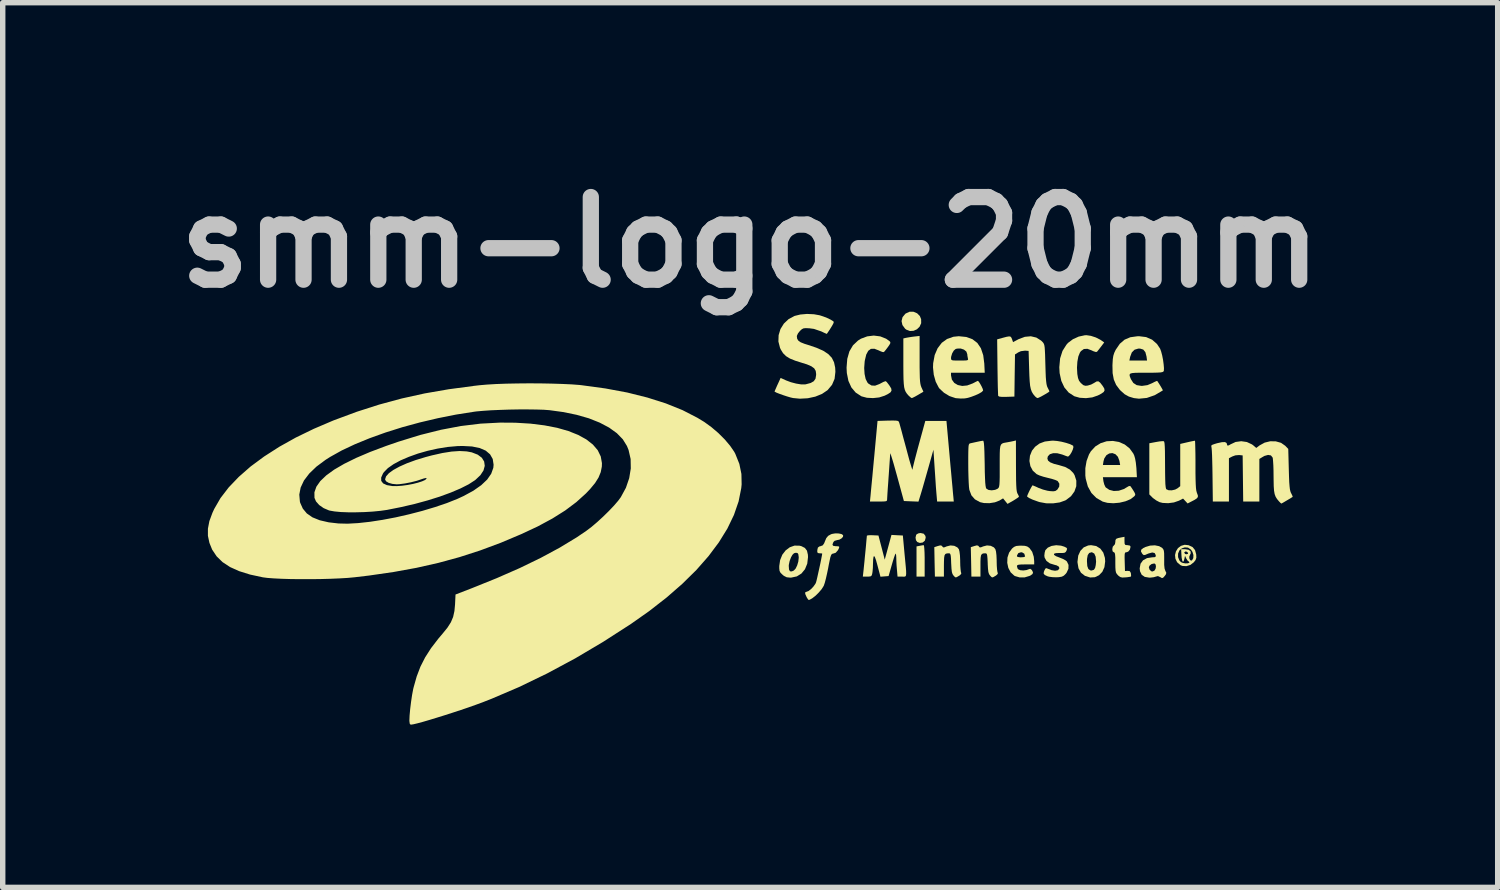
<source format=kicad_pcb>
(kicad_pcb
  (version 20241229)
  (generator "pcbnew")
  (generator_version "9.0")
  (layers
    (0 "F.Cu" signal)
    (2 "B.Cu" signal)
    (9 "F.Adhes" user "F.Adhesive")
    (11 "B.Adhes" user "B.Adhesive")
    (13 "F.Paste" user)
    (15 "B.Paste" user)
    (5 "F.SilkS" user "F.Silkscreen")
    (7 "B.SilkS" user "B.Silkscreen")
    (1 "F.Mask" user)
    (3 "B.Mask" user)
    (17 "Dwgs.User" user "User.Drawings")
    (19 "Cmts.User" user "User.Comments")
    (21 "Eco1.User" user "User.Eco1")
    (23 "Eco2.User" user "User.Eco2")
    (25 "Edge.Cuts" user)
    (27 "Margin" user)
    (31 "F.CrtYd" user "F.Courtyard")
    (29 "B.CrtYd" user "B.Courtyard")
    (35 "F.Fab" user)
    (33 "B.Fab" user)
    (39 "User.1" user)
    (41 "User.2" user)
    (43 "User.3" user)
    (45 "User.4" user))
  (footprint "smm-logo-20mm"
    (layer "F.Cu")
    (at 10.784 6.498)
    (property "Reference" "smm-logo-20mm" (at 0 -5.08 0) (layer "Dwgs.User") (effects (font (size 1.524 1.524) (thickness 0.3))))
    (attr board_only exclude_from_pos_files exclude_from_bom)
    (fp_poly (pts (xy 3.206 0.523) (xy 3.211 0.571) (xy 3.215 0.645) (xy 3.217 0.736) (xy 3.217 0.795) (xy 3.217 1.085) (xy 3.067 1.085) (xy 3.067 0.528) (xy 3.126 0.517) (xy 3.172 0.508) (xy 3.201 0.505) (xy 3.201 0.505)) (stroke (width 0) (type solid)) (fill yes) (layer "F.SilkS"))
    (fp_poly (pts (xy 3.2 0.294) (xy 3.231 0.334) (xy 3.236 0.367) (xy 3.221 0.422) (xy 3.181 0.456) (xy 3.128 0.464) (xy 3.081 0.447) (xy 3.057 0.414) (xy 3.049 0.365) (xy 3.06 0.318) (xy 3.071 0.303) (xy 3.106 0.286) (xy 3.142 0.281)) (stroke (width 0) (type solid)) (fill yes) (layer "F.SilkS"))
    (fp_poly (pts (xy 3.078 -3.771) (xy 3.129 -3.719) (xy 3.152 -3.662) (xy 3.153 -3.588) (xy 3.124 -3.524) (xy 3.075 -3.476) (xy 3.013 -3.448) (xy 2.945 -3.444) (xy 2.879 -3.469) (xy 2.856 -3.487) (xy 2.807 -3.554) (xy 2.791 -3.627) (xy 2.809 -3.699) (xy 2.86 -3.761) (xy 2.868 -3.767) (xy 2.938 -3.799) (xy 3.011 -3.799)) (stroke (width 0) (type solid)) (fill yes) (layer "F.SilkS"))
    (fp_poly (pts (xy 3.124 -2.916) (xy 3.124 -2.773) (xy 3.126 -2.663) (xy 3.128 -2.579) (xy 3.132 -2.517) (xy 3.138 -2.472) (xy 3.146 -2.437) (xy 3.156 -2.408) (xy 3.159 -2.402) (xy 3.194 -2.325) (xy 3.095 -2.266) (xy 3.04 -2.235) (xy 2.998 -2.214) (xy 2.979 -2.207) (xy 2.957 -2.22) (xy 2.923 -2.251) (xy 2.915 -2.259) (xy 2.888 -2.291) (xy 2.867 -2.323) (xy 2.851 -2.36) (xy 2.839 -2.408) (xy 2.832 -2.47) (xy 2.827 -2.554) (xy 2.825 -2.662) (xy 2.824 -2.801) (xy 2.824 -2.861) (xy 2.824 -3.307) (xy 2.867 -3.317) (xy 2.91 -3.325) (xy 2.972 -3.335) (xy 3.017 -3.341) (xy 3.124 -3.353)) (stroke (width 0) (type solid)) (fill yes) (layer "F.SilkS"))
    (fp_poly (pts (xy 6.38 0.521) (xy 6.456 0.568) (xy 6.511 0.642) (xy 6.541 0.739) (xy 6.546 0.804) (xy 6.532 0.911) (xy 6.493 0.997) (xy 6.432 1.06) (xy 6.356 1.096) (xy 6.269 1.101) (xy 6.176 1.072) (xy 6.173 1.071) (xy 6.1 1.014) (xy 6.054 0.932) (xy 6.036 0.826) (xy 6.035 0.807) (xy 6.036 0.804) (xy 6.21 0.804) (xy 6.216 0.891) (xy 6.236 0.945) (xy 6.272 0.97) (xy 6.295 0.973) (xy 6.338 0.959) (xy 6.36 0.925) (xy 6.372 0.873) (xy 6.378 0.811) (xy 6.378 0.804) (xy 6.37 0.716) (xy 6.345 0.66) (xy 6.304 0.637) (xy 6.295 0.636) (xy 6.251 0.649) (xy 6.224 0.689) (xy 6.211 0.759) (xy 6.21 0.804) (xy 6.036 0.804) (xy 6.049 0.698) (xy 6.089 0.61) (xy 6.15 0.546) (xy 6.231 0.511) (xy 6.285 0.505)) (stroke (width 0) (type solid)) (fill yes) (layer "F.SilkS"))
    (fp_poly (pts (xy 0.91 0.515) (xy 0.943 0.523) (xy 1.008 0.556) (xy 1.047 0.607) (xy 1.064 0.682) (xy 1.066 0.725) (xy 1.052 0.846) (xy 1.01 0.949) (xy 0.945 1.028) (xy 0.86 1.081) (xy 0.758 1.103) (xy 0.74 1.104) (xy 0.673 1.097) (xy 0.621 1.071) (xy 0.595 1.049) (xy 0.559 1.014) (xy 0.541 0.979) (xy 0.536 0.931) (xy 0.536 0.892) (xy 0.536 0.889) (xy 0.711 0.889) (xy 0.716 0.955) (xy 0.733 0.987) (xy 0.767 0.989) (xy 0.804 0.973) (xy 0.837 0.938) (xy 0.866 0.879) (xy 0.887 0.808) (xy 0.895 0.737) (xy 0.894 0.719) (xy 0.887 0.671) (xy 0.872 0.65) (xy 0.842 0.645) (xy 0.808 0.654) (xy 0.779 0.683) (xy 0.753 0.729) (xy 0.727 0.797) (xy 0.712 0.869) (xy 0.711 0.889) (xy 0.536 0.889) (xy 0.552 0.78) (xy 0.592 0.681) (xy 0.654 0.601) (xy 0.73 0.544) (xy 0.817 0.513)) (stroke (width 0) (type solid)) (fill yes) (layer "F.SilkS"))
    (fp_poly (pts (xy 3.531 0.515) (xy 3.542 0.528) (xy 3.558 0.546) (xy 3.581 0.545) (xy 3.622 0.528) (xy 3.693 0.51) (xy 3.763 0.517) (xy 3.82 0.546) (xy 3.848 0.58) (xy 3.859 0.623) (xy 3.868 0.693) (xy 3.872 0.782) (xy 3.872 0.804) (xy 3.874 0.885) (xy 3.879 0.952) (xy 3.885 0.998) (xy 3.889 1.009) (xy 3.892 1.034) (xy 3.865 1.061) (xy 3.851 1.07) (xy 3.81 1.094) (xy 3.788 1.1) (xy 3.768 1.086) (xy 3.748 1.064) (xy 3.731 1.038) (xy 3.719 1) (xy 3.712 0.941) (xy 3.707 0.855) (xy 3.706 0.84) (xy 3.703 0.755) (xy 3.698 0.7) (xy 3.69 0.67) (xy 3.679 0.657) (xy 3.666 0.655) (xy 3.627 0.657) (xy 3.6 0.667) (xy 3.584 0.692) (xy 3.576 0.738) (xy 3.573 0.811) (xy 3.572 0.881) (xy 3.572 1.085) (xy 3.406 1.085) (xy 3.4 0.813) (xy 3.395 0.542) (xy 3.459 0.521) (xy 3.505 0.509)) (stroke (width 0) (type solid)) (fill yes) (layer "F.SilkS"))
    (fp_poly (pts (xy 4.204 0.515) (xy 4.216 0.528) (xy 4.232 0.546) (xy 4.255 0.545) (xy 4.296 0.528) (xy 4.366 0.51) (xy 4.436 0.517) (xy 4.494 0.546) (xy 4.521 0.58) (xy 4.533 0.623) (xy 4.541 0.693) (xy 4.545 0.782) (xy 4.545 0.804) (xy 4.547 0.885) (xy 4.552 0.952) (xy 4.559 0.998) (xy 4.563 1.009) (xy 4.566 1.034) (xy 4.538 1.061) (xy 4.525 1.07) (xy 4.484 1.094) (xy 4.461 1.1) (xy 4.442 1.086) (xy 4.422 1.064) (xy 4.404 1.038) (xy 4.392 1) (xy 4.385 0.941) (xy 4.38 0.855) (xy 4.38 0.84) (xy 4.376 0.755) (xy 4.371 0.7) (xy 4.364 0.67) (xy 4.352 0.657) (xy 4.339 0.655) (xy 4.3 0.657) (xy 4.274 0.667) (xy 4.257 0.692) (xy 4.249 0.738) (xy 4.246 0.811) (xy 4.246 0.881) (xy 4.246 1.085) (xy 4.079 1.085) (xy 4.074 0.813) (xy 4.068 0.542) (xy 4.133 0.521) (xy 4.179 0.509)) (stroke (width 0) (type solid)) (fill yes) (layer "F.SilkS"))
    (fp_poly (pts (xy 6.902 0.428) (xy 6.904 0.477) (xy 6.915 0.499) (xy 6.944 0.505) (xy 6.958 0.505) (xy 7.002 0.513) (xy 7.014 0.534) (xy 7.002 0.586) (xy 6.971 0.624) (xy 6.938 0.636) (xy 6.92 0.638) (xy 6.91 0.651) (xy 6.905 0.679) (xy 6.904 0.732) (xy 6.906 0.809) (xy 6.911 0.982) (xy 6.961 0.979) (xy 6.999 0.984) (xy 7.017 1.013) (xy 7.02 1.025) (xy 7.024 1.065) (xy 7.022 1.083) (xy 7.001 1.089) (xy 6.955 1.096) (xy 6.922 1.099) (xy 6.862 1.102) (xy 6.824 1.093) (xy 6.79 1.068) (xy 6.782 1.06) (xy 6.76 1.035) (xy 6.746 1.01) (xy 6.738 0.973) (xy 6.734 0.918) (xy 6.733 0.836) (xy 6.733 0.824) (xy 6.733 0.736) (xy 6.729 0.68) (xy 6.722 0.649) (xy 6.711 0.637) (xy 6.705 0.636) (xy 6.683 0.619) (xy 6.677 0.579) (xy 6.686 0.533) (xy 6.705 0.512) (xy 6.726 0.487) (xy 6.733 0.448) (xy 6.736 0.41) (xy 6.75 0.388) (xy 6.785 0.374) (xy 6.832 0.364) (xy 6.902 0.351)) (stroke (width 0) (type solid)) (fill yes) (layer "F.SilkS"))
    (fp_poly (pts (xy 5.731 0.514) (xy 5.79 0.532) (xy 5.831 0.552) (xy 5.844 0.571) (xy 5.835 0.601) (xy 5.833 0.606) (xy 5.817 0.632) (xy 5.794 0.646) (xy 5.751 0.65) (xy 5.707 0.649) (xy 5.637 0.652) (xy 5.602 0.664) (xy 5.603 0.684) (xy 5.64 0.709) (xy 5.705 0.734) (xy 5.768 0.759) (xy 5.819 0.788) (xy 5.84 0.806) (xy 5.87 0.869) (xy 5.868 0.941) (xy 5.835 1.012) (xy 5.82 1.032) (xy 5.784 1.067) (xy 5.747 1.086) (xy 5.694 1.095) (xy 5.656 1.097) (xy 5.584 1.096) (xy 5.518 1.088) (xy 5.486 1.08) (xy 5.434 1.056) (xy 5.412 1.033) (xy 5.414 1.001) (xy 5.424 0.974) (xy 5.443 0.937) (xy 5.463 0.929) (xy 5.487 0.939) (xy 5.556 0.966) (xy 5.622 0.977) (xy 5.672 0.968) (xy 5.679 0.964) (xy 5.702 0.932) (xy 5.692 0.902) (xy 5.652 0.878) (xy 5.61 0.867) (xy 5.526 0.841) (xy 5.463 0.795) (xy 5.429 0.734) (xy 5.424 0.699) (xy 5.43 0.643) (xy 5.443 0.598) (xy 5.443 0.597) (xy 5.489 0.55) (xy 5.558 0.519) (xy 5.642 0.506)) (stroke (width 0) (type solid)) (fill yes) (layer "F.SilkS"))
    (fp_poly (pts (xy 2.398 -3.345) (xy 2.506 -3.302) (xy 2.567 -3.259) (xy 2.583 -3.241) (xy 2.584 -3.22) (xy 2.567 -3.188) (xy 2.539 -3.148) (xy 2.503 -3.1) (xy 2.474 -3.065) (xy 2.463 -3.055) (xy 2.439 -3.057) (xy 2.395 -3.074) (xy 2.368 -3.087) (xy 2.29 -3.117) (xy 2.226 -3.115) (xy 2.177 -3.079) (xy 2.14 -3.01) (xy 2.115 -2.906) (xy 2.111 -2.883) (xy 2.102 -2.762) (xy 2.109 -2.652) (xy 2.129 -2.559) (xy 2.163 -2.492) (xy 2.18 -2.474) (xy 2.238 -2.439) (xy 2.303 -2.436) (xy 2.38 -2.465) (xy 2.407 -2.479) (xy 2.456 -2.505) (xy 2.493 -2.518) (xy 2.503 -2.517) (xy 2.522 -2.498) (xy 2.553 -2.458) (xy 2.571 -2.433) (xy 2.601 -2.383) (xy 2.606 -2.345) (xy 2.586 -2.312) (xy 2.535 -2.279) (xy 2.478 -2.251) (xy 2.378 -2.219) (xy 2.265 -2.207) (xy 2.152 -2.213) (xy 2.054 -2.239) (xy 2.048 -2.242) (xy 1.945 -2.309) (xy 1.866 -2.403) (xy 1.811 -2.524) (xy 1.782 -2.669) (xy 1.777 -2.768) (xy 1.79 -2.931) (xy 1.829 -3.068) (xy 1.895 -3.18) (xy 1.988 -3.268) (xy 2.042 -3.302) (xy 2.157 -3.345) (xy 2.278 -3.36)) (stroke (width 0) (type solid)) (fill yes) (layer "F.SilkS"))
    (fp_poly (pts (xy 5.063 0.517) (xy 5.108 0.529) (xy 5.145 0.554) (xy 5.151 0.56) (xy 5.2 0.628) (xy 5.229 0.719) (xy 5.237 0.8) (xy 5.237 0.86) (xy 5.078 0.86) (xy 5 0.861) (xy 4.953 0.865) (xy 4.928 0.873) (xy 4.92 0.886) (xy 4.919 0.894) (xy 4.931 0.936) (xy 4.942 0.95) (xy 4.98 0.967) (xy 5.037 0.972) (xy 5.096 0.964) (xy 5.129 0.952) (xy 5.164 0.941) (xy 5.19 0.96) (xy 5.194 0.964) (xy 5.215 1.005) (xy 5.207 1.036) (xy 5.167 1.065) (xy 5.152 1.072) (xy 5.062 1.099) (xy 4.967 1.099) (xy 4.883 1.075) (xy 4.869 1.067) (xy 4.803 1.006) (xy 4.76 0.925) (xy 4.74 0.831) (xy 4.744 0.734) (xy 4.751 0.712) (xy 4.919 0.712) (xy 4.936 0.723) (xy 4.977 0.729) (xy 4.994 0.729) (xy 5.041 0.726) (xy 5.067 0.716) (xy 5.069 0.712) (xy 5.054 0.662) (xy 5.014 0.638) (xy 4.994 0.636) (xy 4.945 0.651) (xy 4.921 0.692) (xy 4.919 0.712) (xy 4.751 0.712) (xy 4.774 0.643) (xy 4.828 0.568) (xy 4.866 0.537) (xy 4.906 0.52) (xy 4.961 0.515) (xy 4.994 0.514)) (stroke (width 0) (type solid)) (fill yes) (layer "F.SilkS"))
    (fp_poly (pts (xy 8.204 -1.404) (xy 8.206 -1.353) (xy 8.208 -1.276) (xy 8.21 -1.177) (xy 8.211 -1.06) (xy 8.211 -0.972) (xy 8.211 -0.822) (xy 8.213 -0.705) (xy 8.216 -0.616) (xy 8.22 -0.55) (xy 8.226 -0.502) (xy 8.235 -0.467) (xy 8.24 -0.453) (xy 8.255 -0.412) (xy 8.255 -0.383) (xy 8.235 -0.357) (xy 8.19 -0.328) (xy 8.134 -0.299) (xy 8.066 -0.264) (xy 7.982 -0.354) (xy 7.906 -0.315) (xy 7.814 -0.283) (xy 7.708 -0.269) (xy 7.606 -0.274) (xy 7.549 -0.288) (xy 7.486 -0.321) (xy 7.426 -0.365) (xy 7.418 -0.373) (xy 7.36 -0.431) (xy 7.36 -1.374) (xy 7.482 -1.397) (xy 7.547 -1.408) (xy 7.6 -1.413) (xy 7.627 -1.412) (xy 7.635 -1.4) (xy 7.641 -1.368) (xy 7.645 -1.312) (xy 7.648 -1.23) (xy 7.649 -1.117) (xy 7.65 -0.977) (xy 7.651 -0.824) (xy 7.653 -0.706) (xy 7.656 -0.62) (xy 7.662 -0.563) (xy 7.669 -0.533) (xy 7.672 -0.527) (xy 7.714 -0.508) (xy 7.774 -0.506) (xy 7.836 -0.52) (xy 7.881 -0.544) (xy 7.93 -0.583) (xy 7.93 -1.362) (xy 8.06 -1.392) (xy 8.126 -1.407) (xy 8.176 -1.417) (xy 8.2 -1.421) (xy 8.201 -1.422)) (stroke (width 0) (type solid)) (fill yes) (layer "F.SilkS"))
    (fp_poly (pts (xy 6.282 -3.355) (xy 6.374 -3.325) (xy 6.458 -3.282) (xy 6.473 -3.272) (xy 6.528 -3.233) (xy 6.469 -3.155) (xy 6.432 -3.107) (xy 6.403 -3.071) (xy 6.394 -3.06) (xy 6.37 -3.058) (xy 6.324 -3.073) (xy 6.298 -3.086) (xy 6.218 -3.116) (xy 6.153 -3.112) (xy 6.1 -3.074) (xy 6.08 -3.046) (xy 6.051 -2.975) (xy 6.033 -2.878) (xy 6.026 -2.767) (xy 6.032 -2.653) (xy 6.032 -2.652) (xy 6.045 -2.578) (xy 6.064 -2.527) (xy 6.097 -2.485) (xy 6.101 -2.482) (xy 6.142 -2.446) (xy 6.181 -2.434) (xy 6.224 -2.438) (xy 6.287 -2.457) (xy 6.345 -2.488) (xy 6.346 -2.489) (xy 6.388 -2.514) (xy 6.421 -2.516) (xy 6.454 -2.491) (xy 6.496 -2.437) (xy 6.498 -2.434) (xy 6.528 -2.386) (xy 6.535 -2.35) (xy 6.518 -2.319) (xy 6.472 -2.287) (xy 6.41 -2.255) (xy 6.308 -2.22) (xy 6.192 -2.206) (xy 6.077 -2.213) (xy 5.977 -2.241) (xy 5.976 -2.242) (xy 5.873 -2.309) (xy 5.793 -2.404) (xy 5.737 -2.524) (xy 5.706 -2.667) (xy 5.7 -2.776) (xy 5.715 -2.939) (xy 5.759 -3.077) (xy 5.831 -3.191) (xy 5.861 -3.225) (xy 5.95 -3.292) (xy 6.057 -3.341) (xy 6.168 -3.365) (xy 6.2 -3.367)) (stroke (width 0) (type solid)) (fill yes) (layer "F.SilkS"))
    (fp_poly (pts (xy 2.71 0.322) (xy 2.815 0.327) (xy 2.846 0.664) (xy 2.859 0.8) (xy 2.869 0.904) (xy 2.875 0.979) (xy 2.876 1.03) (xy 2.873 1.062) (xy 2.864 1.079) (xy 2.85 1.085) (xy 2.829 1.086) (xy 2.802 1.085) (xy 2.799 1.085) (xy 2.717 1.085) (xy 2.706 0.959) (xy 2.699 0.876) (xy 2.695 0.792) (xy 2.694 0.74) (xy 2.691 0.691) (xy 2.685 0.664) (xy 2.679 0.662) (xy 2.669 0.685) (xy 2.651 0.736) (xy 2.629 0.807) (xy 2.609 0.876) (xy 2.552 1.075) (xy 2.402 1.087) (xy 2.347 0.879) (xy 2.321 0.785) (xy 2.3 0.727) (xy 2.284 0.705) (xy 2.274 0.721) (xy 2.267 0.772) (xy 2.264 0.853) (xy 2.262 0.926) (xy 2.256 0.993) (xy 2.251 1.026) (xy 2.241 1.063) (xy 2.221 1.08) (xy 2.181 1.085) (xy 2.158 1.085) (xy 2.077 1.085) (xy 2.086 1.005) (xy 2.091 0.961) (xy 2.098 0.891) (xy 2.107 0.804) (xy 2.116 0.707) (xy 2.126 0.608) (xy 2.135 0.514) (xy 2.142 0.432) (xy 2.148 0.37) (xy 2.151 0.335) (xy 2.151 0.331) (xy 2.168 0.324) (xy 2.212 0.321) (xy 2.258 0.322) (xy 2.365 0.327) (xy 2.423 0.549) (xy 2.481 0.772) (xy 2.543 0.544) (xy 2.605 0.316)) (stroke (width 0) (type solid)) (fill yes) (layer "F.SilkS"))
    (fp_poly (pts (xy 6.8 -1.398) (xy 6.905 -1.352) (xy 6.995 -1.281) (xy 7.064 -1.186) (xy 7.081 -1.15) (xy 7.097 -1.096) (xy 7.111 -1.019) (xy 7.12 -0.933) (xy 7.122 -0.912) (xy 7.131 -0.748) (xy 6.504 -0.748) (xy 6.514 -0.672) (xy 6.529 -0.614) (xy 6.551 -0.567) (xy 6.556 -0.56) (xy 6.622 -0.515) (xy 6.705 -0.494) (xy 6.797 -0.499) (xy 6.89 -0.53) (xy 6.932 -0.555) (xy 6.978 -0.582) (xy 7.004 -0.587) (xy 7.017 -0.576) (xy 7.062 -0.508) (xy 7.088 -0.464) (xy 7.1 -0.436) (xy 7.098 -0.417) (xy 7.085 -0.399) (xy 7.08 -0.394) (xy 7.013 -0.343) (xy 6.92 -0.304) (xy 6.811 -0.278) (xy 6.697 -0.268) (xy 6.588 -0.275) (xy 6.501 -0.298) (xy 6.384 -0.365) (xy 6.292 -0.458) (xy 6.226 -0.577) (xy 6.187 -0.721) (xy 6.18 -0.779) (xy 6.18 -0.914) (xy 6.19 -0.973) (xy 6.504 -0.973) (xy 6.822 -0.973) (xy 6.808 -1.051) (xy 6.78 -1.125) (xy 6.735 -1.172) (xy 6.679 -1.193) (xy 6.621 -1.186) (xy 6.569 -1.154) (xy 6.53 -1.095) (xy 6.515 -1.043) (xy 6.504 -0.973) (xy 6.19 -0.973) (xy 6.203 -1.048) (xy 6.247 -1.167) (xy 6.281 -1.225) (xy 6.364 -1.315) (xy 6.463 -1.376) (xy 6.573 -1.411) (xy 6.688 -1.417)) (stroke (width 0) (type solid)) (fill yes) (layer "F.SilkS"))
    (fp_poly (pts (xy 7.542 0.524) (xy 7.598 0.557) (xy 7.617 0.58) (xy 7.628 0.609) (xy 7.633 0.653) (xy 7.634 0.722) (xy 7.634 0.768) (xy 7.634 0.868) (xy 7.641 0.936) (xy 7.655 0.977) (xy 7.657 0.982) (xy 7.673 1.013) (xy 7.667 1.041) (xy 7.644 1.073) (xy 7.614 1.106) (xy 7.592 1.112) (xy 7.563 1.095) (xy 7.561 1.094) (xy 7.519 1.075) (xy 7.483 1.084) (xy 7.442 1.096) (xy 7.383 1.103) (xy 7.36 1.104) (xy 7.276 1.09) (xy 7.219 1.051) (xy 7.188 0.985) (xy 7.182 0.93) (xy 7.186 0.913) (xy 7.351 0.913) (xy 7.364 0.956) (xy 7.396 0.986) (xy 7.416 0.991) (xy 7.446 0.979) (xy 7.459 0.969) (xy 7.477 0.934) (xy 7.482 0.892) (xy 7.473 0.856) (xy 7.452 0.842) (xy 7.402 0.853) (xy 7.364 0.882) (xy 7.351 0.913) (xy 7.186 0.913) (xy 7.198 0.847) (xy 7.244 0.784) (xy 7.317 0.744) (xy 7.414 0.729) (xy 7.419 0.729) (xy 7.462 0.726) (xy 7.479 0.712) (xy 7.478 0.688) (xy 7.458 0.65) (xy 7.414 0.64) (xy 7.347 0.658) (xy 7.329 0.665) (xy 7.283 0.685) (xy 7.257 0.688) (xy 7.239 0.674) (xy 7.229 0.662) (xy 7.206 0.621) (xy 7.211 0.588) (xy 7.248 0.559) (xy 7.288 0.539) (xy 7.375 0.513) (xy 7.463 0.508)) (stroke (width 0) (type solid)) (fill yes) (layer "F.SilkS"))
    (fp_poly (pts (xy 5.277 -3.323) (xy 5.365 -3.267) (xy 5.387 -3.246) (xy 5.403 -3.228) (xy 5.415 -3.208) (xy 5.424 -3.181) (xy 5.43 -3.143) (xy 5.434 -3.086) (xy 5.438 -3.006) (xy 5.441 -2.897) (xy 5.443 -2.828) (xy 5.447 -2.695) (xy 5.451 -2.594) (xy 5.457 -2.52) (xy 5.464 -2.466) (xy 5.473 -2.428) (xy 5.484 -2.401) (xy 5.485 -2.4) (xy 5.506 -2.358) (xy 5.517 -2.333) (xy 5.518 -2.331) (xy 5.503 -2.317) (xy 5.465 -2.293) (xy 5.415 -2.264) (xy 5.363 -2.235) (xy 5.321 -2.215) (xy 5.299 -2.207) (xy 5.273 -2.22) (xy 5.252 -2.24) (xy 5.218 -2.281) (xy 5.193 -2.323) (xy 5.175 -2.372) (xy 5.162 -2.434) (xy 5.154 -2.515) (xy 5.148 -2.622) (xy 5.144 -2.74) (xy 5.134 -3.077) (xy 5.069 -3.082) (xy 4.992 -3.072) (xy 4.943 -3.05) (xy 4.883 -3.012) (xy 4.877 -2.624) (xy 4.872 -2.235) (xy 4.727 -2.23) (xy 4.646 -2.229) (xy 4.597 -2.234) (xy 4.575 -2.245) (xy 4.573 -2.248) (xy 4.571 -2.273) (xy 4.569 -2.33) (xy 4.566 -2.414) (xy 4.564 -2.52) (xy 4.562 -2.643) (xy 4.56 -2.777) (xy 4.56 -2.781) (xy 4.554 -3.29) (xy 4.659 -3.319) (xy 4.731 -3.338) (xy 4.776 -3.345) (xy 4.803 -3.339) (xy 4.819 -3.317) (xy 4.828 -3.294) (xy 4.847 -3.239) (xy 4.95 -3.294) (xy 5.065 -3.337) (xy 5.175 -3.347)) (stroke (width 0) (type solid)) (fill yes) (layer "F.SilkS"))
    (fp_poly (pts (xy 8.084 0.506) (xy 8.157 0.54) (xy 8.203 0.596) (xy 8.225 0.679) (xy 8.227 0.737) (xy 8.213 0.779) (xy 8.18 0.821) (xy 8.118 0.869) (xy 8.043 0.892) (xy 7.97 0.888) (xy 7.935 0.874) (xy 7.873 0.821) (xy 7.841 0.756) (xy 7.838 0.726) (xy 7.89 0.726) (xy 7.914 0.786) (xy 7.944 0.818) (xy 7.979 0.833) (xy 8.025 0.841) (xy 8.069 0.84) (xy 8.096 0.83) (xy 8.099 0.823) (xy 8.087 0.805) (xy 8.083 0.804) (xy 8.065 0.789) (xy 8.043 0.753) (xy 8.042 0.753) (xy 8.018 0.701) (xy 8.007 0.756) (xy 7.993 0.801) (xy 7.979 0.811) (xy 7.966 0.788) (xy 7.956 0.736) (xy 7.953 0.697) (xy 7.95 0.644) (xy 8.005 0.644) (xy 8.021 0.668) (xy 8.044 0.673) (xy 8.073 0.664) (xy 8.075 0.65) (xy 8.055 0.627) (xy 8.027 0.621) (xy 8.007 0.634) (xy 8.005 0.644) (xy 7.95 0.644) (xy 7.947 0.58) (xy 8.022 0.58) (xy 8.084 0.59) (xy 8.12 0.617) (xy 8.124 0.656) (xy 8.11 0.684) (xy 8.096 0.72) (xy 8.1 0.757) (xy 8.116 0.784) (xy 8.139 0.789) (xy 8.149 0.783) (xy 8.171 0.743) (xy 8.173 0.686) (xy 8.155 0.628) (xy 8.128 0.588) (xy 8.073 0.55) (xy 8.013 0.546) (xy 7.96 0.564) (xy 7.914 0.603) (xy 7.89 0.661) (xy 7.89 0.726) (xy 7.838 0.726) (xy 7.834 0.687) (xy 7.851 0.619) (xy 7.888 0.56) (xy 7.943 0.518) (xy 8.012 0.498)) (stroke (width 0) (type solid)) (fill yes) (layer "F.SilkS"))
    (fp_poly (pts (xy 1.63 0.289) (xy 1.683 0.3) (xy 1.713 0.32) (xy 1.712 0.349) (xy 1.686 0.379) (xy 1.645 0.403) (xy 1.606 0.411) (xy 1.556 0.425) (xy 1.534 0.448) (xy 1.517 0.493) (xy 1.528 0.516) (xy 1.572 0.524) (xy 1.58 0.524) (xy 1.626 0.526) (xy 1.643 0.537) (xy 1.634 0.567) (xy 1.618 0.598) (xy 1.577 0.645) (xy 1.539 0.658) (xy 1.519 0.662) (xy 1.503 0.671) (xy 1.491 0.691) (xy 1.478 0.728) (xy 1.465 0.789) (xy 1.447 0.877) (xy 1.438 0.928) (xy 1.417 1.029) (xy 1.396 1.121) (xy 1.376 1.197) (xy 1.359 1.247) (xy 1.356 1.255) (xy 1.317 1.317) (xy 1.263 1.38) (xy 1.203 1.439) (xy 1.144 1.485) (xy 1.095 1.512) (xy 1.077 1.515) (xy 1.063 1.5) (xy 1.041 1.464) (xy 1.039 1.46) (xy 1.015 1.405) (xy 1.014 1.375) (xy 1.037 1.365) (xy 1.037 1.365) (xy 1.075 1.351) (xy 1.122 1.315) (xy 1.168 1.266) (xy 1.203 1.216) (xy 1.214 1.191) (xy 1.223 1.158) (xy 1.237 1.099) (xy 1.254 1.022) (xy 1.273 0.936) (xy 1.292 0.849) (xy 1.308 0.77) (xy 1.32 0.707) (xy 1.327 0.668) (xy 1.328 0.661) (xy 1.312 0.656) (xy 1.28 0.655) (xy 1.247 0.65) (xy 1.237 0.63) (xy 1.238 0.594) (xy 1.248 0.55) (xy 1.275 0.529) (xy 1.297 0.524) (xy 1.338 0.508) (xy 1.364 0.47) (xy 1.374 0.444) (xy 1.403 0.375) (xy 1.438 0.333) (xy 1.489 0.305) (xy 1.508 0.298) (xy 1.567 0.288)) (stroke (width 0) (type solid)) (fill yes) (layer "F.SilkS"))
    (fp_poly (pts (xy 3.984 -3.334) (xy 4.098 -3.293) (xy 4.188 -3.224) (xy 4.254 -3.126) (xy 4.297 -2.998) (xy 4.317 -2.842) (xy 4.317 -2.838) (xy 4.325 -2.675) (xy 3.703 -2.675) (xy 3.703 -2.627) (xy 3.719 -2.548) (xy 3.763 -2.487) (xy 3.828 -2.448) (xy 3.91 -2.431) (xy 4.002 -2.44) (xy 4.099 -2.476) (xy 4.104 -2.478) (xy 4.154 -2.504) (xy 4.188 -2.521) (xy 4.198 -2.525) (xy 4.215 -2.51) (xy 4.24 -2.472) (xy 4.266 -2.425) (xy 4.287 -2.379) (xy 4.295 -2.349) (xy 4.294 -2.345) (xy 4.269 -2.319) (xy 4.218 -2.289) (xy 4.15 -2.258) (xy 4.075 -2.23) (xy 4.003 -2.209) (xy 3.956 -2.201) (xy 3.88 -2.199) (xy 3.801 -2.205) (xy 3.779 -2.208) (xy 3.673 -2.245) (xy 3.573 -2.306) (xy 3.491 -2.382) (xy 3.475 -2.404) (xy 3.421 -2.509) (xy 3.385 -2.637) (xy 3.371 -2.773) (xy 3.374 -2.85) (xy 3.392 -2.947) (xy 3.703 -2.947) (xy 3.705 -2.924) (xy 3.714 -2.91) (xy 3.737 -2.902) (xy 3.784 -2.9) (xy 3.859 -2.899) (xy 3.865 -2.899) (xy 3.942 -2.9) (xy 3.989 -2.902) (xy 4.012 -2.909) (xy 4.018 -2.921) (xy 4.014 -2.941) (xy 4.005 -2.99) (xy 4.003 -3.016) (xy 3.986 -3.065) (xy 3.942 -3.101) (xy 3.882 -3.121) (xy 3.816 -3.12) (xy 3.788 -3.112) (xy 3.754 -3.083) (xy 3.724 -3.031) (xy 3.706 -2.972) (xy 3.703 -2.947) (xy 3.392 -2.947) (xy 3.402 -3.001) (xy 3.456 -3.126) (xy 3.532 -3.226) (xy 3.63 -3.297) (xy 3.747 -3.338) (xy 3.846 -3.348)) (stroke (width 0) (type solid)) (fill yes) (layer "F.SilkS"))
    (fp_poly (pts (xy 7.301 -3.332) (xy 7.411 -3.284) (xy 7.501 -3.205) (xy 7.559 -3.118) (xy 7.578 -3.066) (xy 7.597 -2.994) (xy 7.613 -2.912) (xy 7.624 -2.83) (xy 7.63 -2.76) (xy 7.628 -2.713) (xy 7.625 -2.705) (xy 7.617 -2.694) (xy 7.598 -2.686) (xy 7.564 -2.68) (xy 7.508 -2.677) (xy 7.426 -2.675) (xy 7.312 -2.675) (xy 7.304 -2.675) (xy 7.185 -2.675) (xy 7.099 -2.673) (xy 7.042 -2.668) (xy 7.009 -2.658) (xy 6.996 -2.64) (xy 6.998 -2.614) (xy 7.012 -2.577) (xy 7.021 -2.555) (xy 7.065 -2.486) (xy 7.127 -2.446) (xy 7.214 -2.432) (xy 7.226 -2.432) (xy 7.325 -2.446) (xy 7.409 -2.481) (xy 7.46 -2.507) (xy 7.495 -2.522) (xy 7.506 -2.523) (xy 7.538 -2.475) (xy 7.569 -2.425) (xy 7.595 -2.38) (xy 7.609 -2.353) (xy 7.609 -2.349) (xy 7.461 -2.261) (xy 7.314 -2.21) (xy 7.169 -2.196) (xy 7.076 -2.207) (xy 6.983 -2.235) (xy 6.905 -2.278) (xy 6.828 -2.347) (xy 6.813 -2.363) (xy 6.748 -2.45) (xy 6.705 -2.549) (xy 6.683 -2.667) (xy 6.68 -2.811) (xy 6.681 -2.832) (xy 6.685 -2.899) (xy 6.992 -2.899) (xy 7.318 -2.899) (xy 7.308 -2.975) (xy 7.287 -3.054) (xy 7.248 -3.102) (xy 7.188 -3.12) (xy 7.157 -3.12) (xy 7.087 -3.099) (xy 7.037 -3.049) (xy 7.006 -2.967) (xy 7.005 -2.96) (xy 6.992 -2.899) (xy 6.685 -2.899) (xy 6.686 -2.922) (xy 6.696 -2.987) (xy 6.713 -3.041) (xy 6.74 -3.098) (xy 6.743 -3.102) (xy 6.816 -3.209) (xy 6.903 -3.284) (xy 7.009 -3.329) (xy 7.138 -3.347) (xy 7.171 -3.348)) (stroke (width 0) (type solid)) (fill yes) (layer "F.SilkS"))
    (fp_poly (pts (xy 9.159 -1.397) (xy 9.253 -1.353) (xy 9.276 -1.336) (xy 9.332 -1.288) (xy 9.394 -1.335) (xy 9.487 -1.386) (xy 9.59 -1.411) (xy 9.693 -1.409) (xy 9.789 -1.382) (xy 9.866 -1.328) (xy 9.869 -1.325) (xy 9.922 -1.27) (xy 9.932 -0.892) (xy 9.936 -0.758) (xy 9.94 -0.656) (xy 9.946 -0.581) (xy 9.952 -0.527) (xy 9.961 -0.488) (xy 9.972 -0.458) (xy 9.976 -0.452) (xy 9.996 -0.411) (xy 10.004 -0.387) (xy 10.003 -0.385) (xy 9.979 -0.37) (xy 9.937 -0.344) (xy 9.886 -0.314) (xy 9.839 -0.286) (xy 9.805 -0.267) (xy 9.795 -0.262) (xy 9.779 -0.274) (xy 9.751 -0.303) (xy 9.75 -0.304) (xy 9.715 -0.346) (xy 9.689 -0.388) (xy 9.671 -0.437) (xy 9.66 -0.499) (xy 9.654 -0.582) (xy 9.652 -0.691) (xy 9.651 -0.765) (xy 9.65 -0.87) (xy 9.647 -0.966) (xy 9.642 -1.044) (xy 9.637 -1.096) (xy 9.633 -1.112) (xy 9.602 -1.15) (xy 9.55 -1.159) (xy 9.484 -1.141) (xy 9.45 -1.122) (xy 9.389 -1.085) (xy 9.389 -0.299) (xy 9.091 -0.299) (xy 9.086 -0.725) (xy 9.081 -1.15) (xy 9.015 -1.157) (xy 8.946 -1.151) (xy 8.889 -1.13) (xy 8.828 -1.098) (xy 8.828 -0.299) (xy 8.531 -0.299) (xy 8.525 -0.79) (xy 8.523 -0.923) (xy 8.52 -1.045) (xy 8.517 -1.15) (xy 8.513 -1.233) (xy 8.508 -1.289) (xy 8.504 -1.312) (xy 8.502 -1.33) (xy 8.52 -1.345) (xy 8.564 -1.361) (xy 8.611 -1.375) (xy 8.698 -1.394) (xy 8.755 -1.396) (xy 8.785 -1.379) (xy 8.791 -1.357) (xy 8.799 -1.332) (xy 8.825 -1.335) (xy 8.859 -1.355) (xy 8.951 -1.398) (xy 9.055 -1.412)) (stroke (width 0) (type solid)) (fill yes) (layer "F.SilkS"))
    (fp_poly (pts (xy 4.901 -0.961) (xy 4.902 -0.808) (xy 4.903 -0.689) (xy 4.906 -0.598) (xy 4.91 -0.532) (xy 4.916 -0.487) (xy 4.924 -0.458) (xy 4.928 -0.449) (xy 4.948 -0.411) (xy 4.956 -0.389) (xy 4.941 -0.374) (xy 4.902 -0.348) (xy 4.851 -0.316) (xy 4.745 -0.256) (xy 4.704 -0.307) (xy 4.663 -0.358) (xy 4.595 -0.317) (xy 4.512 -0.285) (xy 4.411 -0.269) (xy 4.309 -0.272) (xy 4.238 -0.288) (xy 4.144 -0.34) (xy 4.079 -0.414) (xy 4.042 -0.513) (xy 4.04 -0.522) (xy 4.034 -0.572) (xy 4.029 -0.652) (xy 4.025 -0.754) (xy 4.022 -0.87) (xy 4.021 -0.991) (xy 4.021 -0.994) (xy 4.021 -1.12) (xy 4.022 -1.214) (xy 4.024 -1.281) (xy 4.027 -1.325) (xy 4.033 -1.351) (xy 4.041 -1.365) (xy 4.053 -1.372) (xy 4.063 -1.374) (xy 4.176 -1.399) (xy 4.252 -1.415) (xy 4.293 -1.421) (xy 4.296 -1.421) (xy 4.303 -1.409) (xy 4.31 -1.372) (xy 4.315 -1.308) (xy 4.319 -1.212) (xy 4.322 -1.083) (xy 4.324 -0.994) (xy 4.326 -0.847) (xy 4.33 -0.733) (xy 4.334 -0.649) (xy 4.34 -0.591) (xy 4.347 -0.554) (xy 4.356 -0.536) (xy 4.396 -0.513) (xy 4.454 -0.506) (xy 4.516 -0.515) (xy 4.56 -0.534) (xy 4.573 -0.545) (xy 4.584 -0.559) (xy 4.591 -0.581) (xy 4.596 -0.617) (xy 4.599 -0.671) (xy 4.601 -0.748) (xy 4.601 -0.854) (xy 4.601 -0.954) (xy 4.601 -1.089) (xy 4.602 -1.191) (xy 4.605 -1.265) (xy 4.612 -1.316) (xy 4.625 -1.349) (xy 4.645 -1.368) (xy 4.674 -1.38) (xy 4.712 -1.387) (xy 4.741 -1.392) (xy 4.801 -1.403) (xy 4.852 -1.414) (xy 4.858 -1.415) (xy 4.9 -1.426)) (stroke (width 0) (type solid)) (fill yes) (layer "F.SilkS"))
    (fp_poly (pts (xy 5.661 -1.416) (xy 5.743 -1.402) (xy 5.826 -1.381) (xy 5.897 -1.358) (xy 5.946 -1.334) (xy 5.956 -1.327) (xy 5.96 -1.3) (xy 5.948 -1.256) (xy 5.925 -1.206) (xy 5.897 -1.161) (xy 5.87 -1.133) (xy 5.855 -1.129) (xy 5.82 -1.141) (xy 5.768 -1.161) (xy 5.751 -1.167) (xy 5.663 -1.19) (xy 5.586 -1.191) (xy 5.526 -1.172) (xy 5.489 -1.133) (xy 5.48 -1.094) (xy 5.492 -1.055) (xy 5.531 -1.023) (xy 5.6 -0.995) (xy 5.69 -0.972) (xy 5.808 -0.937) (xy 5.896 -0.888) (xy 5.959 -0.824) (xy 5.982 -0.785) (xy 6.014 -0.685) (xy 6.013 -0.582) (xy 5.979 -0.485) (xy 5.916 -0.398) (xy 5.825 -0.328) (xy 5.808 -0.319) (xy 5.707 -0.283) (xy 5.586 -0.266) (xy 5.458 -0.267) (xy 5.338 -0.289) (xy 5.312 -0.297) (xy 5.209 -0.334) (xy 5.141 -0.365) (xy 5.109 -0.389) (xy 5.106 -0.396) (xy 5.114 -0.42) (xy 5.133 -0.463) (xy 5.157 -0.513) (xy 5.182 -0.56) (xy 5.201 -0.592) (xy 5.207 -0.599) (xy 5.226 -0.591) (xy 5.27 -0.573) (xy 5.319 -0.55) (xy 5.397 -0.521) (xy 5.48 -0.499) (xy 5.525 -0.492) (xy 5.587 -0.488) (xy 5.627 -0.494) (xy 5.657 -0.514) (xy 5.665 -0.521) (xy 5.698 -0.574) (xy 5.701 -0.628) (xy 5.673 -0.673) (xy 5.663 -0.681) (xy 5.624 -0.698) (xy 5.561 -0.718) (xy 5.488 -0.736) (xy 5.484 -0.737) (xy 5.406 -0.757) (xy 5.333 -0.781) (xy 5.282 -0.805) (xy 5.211 -0.869) (xy 5.167 -0.952) (xy 5.149 -1.047) (xy 5.159 -1.144) (xy 5.196 -1.237) (xy 5.254 -1.31) (xy 5.336 -1.37) (xy 5.433 -1.406) (xy 5.554 -1.421) (xy 5.591 -1.422)) (stroke (width 0) (type solid)) (fill yes) (layer "F.SilkS"))
    (fp_poly (pts (xy 2.685 -1.792) (xy 2.719 -1.787) (xy 2.737 -1.777) (xy 2.744 -1.764) (xy 2.753 -1.737) (xy 2.769 -1.679) (xy 2.792 -1.596) (xy 2.819 -1.493) (xy 2.851 -1.376) (xy 2.874 -1.291) (xy 2.906 -1.171) (xy 2.934 -1.067) (xy 2.959 -0.983) (xy 2.977 -0.923) (xy 2.988 -0.891) (xy 2.992 -0.888) (xy 2.997 -0.917) (xy 3.011 -0.975) (xy 3.032 -1.059) (xy 3.059 -1.162) (xy 3.09 -1.279) (xy 3.111 -1.356) (xy 3.229 -1.786) (xy 3.619 -1.786) (xy 3.678 -1.132) (xy 3.692 -0.975) (xy 3.706 -0.826) (xy 3.718 -0.691) (xy 3.729 -0.575) (xy 3.737 -0.481) (xy 3.743 -0.416) (xy 3.746 -0.388) (xy 3.754 -0.299) (xy 3.447 -0.299) (xy 3.436 -0.426) (xy 3.431 -0.486) (xy 3.424 -0.574) (xy 3.417 -0.683) (xy 3.409 -0.802) (xy 3.402 -0.903) (xy 3.379 -1.255) (xy 3.28 -0.903) (xy 3.246 -0.784) (xy 3.213 -0.668) (xy 3.183 -0.563) (xy 3.158 -0.478) (xy 3.142 -0.425) (xy 3.103 -0.298) (xy 2.968 -0.303) (xy 2.834 -0.309) (xy 2.709 -0.767) (xy 2.675 -0.889) (xy 2.645 -0.996) (xy 2.619 -1.083) (xy 2.599 -1.147) (xy 2.586 -1.183) (xy 2.582 -1.188) (xy 2.58 -1.158) (xy 2.576 -1.098) (xy 2.57 -1.012) (xy 2.563 -0.908) (xy 2.555 -0.792) (xy 2.553 -0.767) (xy 2.545 -0.648) (xy 2.537 -0.541) (xy 2.531 -0.45) (xy 2.527 -0.383) (xy 2.525 -0.345) (xy 2.525 -0.341) (xy 2.523 -0.321) (xy 2.512 -0.308) (xy 2.484 -0.302) (xy 2.432 -0.3) (xy 2.366 -0.299) (xy 2.208 -0.299) (xy 2.219 -0.407) (xy 2.223 -0.451) (xy 2.23 -0.528) (xy 2.24 -0.631) (xy 2.252 -0.755) (xy 2.265 -0.896) (xy 2.279 -1.047) (xy 2.289 -1.15) (xy 2.348 -1.786) (xy 2.54 -1.792) (xy 2.627 -1.793)) (stroke (width 0) (type solid)) (fill yes) (layer "F.SilkS"))
    (fp_poly (pts (xy 1.175 -3.753) (xy 1.281 -3.734) (xy 1.349 -3.712) (xy 1.42 -3.684) (xy 1.483 -3.654) (xy 1.527 -3.627) (xy 1.541 -3.613) (xy 1.537 -3.591) (xy 1.511 -3.542) (xy 1.464 -3.466) (xy 1.413 -3.391) (xy 1.397 -3.397) (xy 1.356 -3.415) (xy 1.31 -3.437) (xy 1.175 -3.483) (xy 1.092 -3.494) (xy 1.025 -3.497) (xy 0.983 -3.493) (xy 0.952 -3.477) (xy 0.918 -3.446) (xy 0.917 -3.445) (xy 0.881 -3.4) (xy 0.862 -3.358) (xy 0.86 -3.348) (xy 0.866 -3.301) (xy 0.888 -3.266) (xy 0.931 -3.236) (xy 1.001 -3.208) (xy 1.062 -3.189) (xy 1.22 -3.136) (xy 1.345 -3.081) (xy 1.438 -3.02) (xy 1.505 -2.95) (xy 1.546 -2.867) (xy 1.567 -2.769) (xy 1.571 -2.691) (xy 1.556 -2.562) (xy 1.509 -2.452) (xy 1.428 -2.355) (xy 1.423 -2.351) (xy 1.324 -2.284) (xy 1.201 -2.234) (xy 1.062 -2.204) (xy 0.916 -2.196) (xy 0.791 -2.208) (xy 0.743 -2.219) (xy 0.679 -2.238) (xy 0.609 -2.261) (xy 0.542 -2.285) (xy 0.488 -2.306) (xy 0.455 -2.323) (xy 0.449 -2.328) (xy 0.456 -2.346) (xy 0.475 -2.389) (xy 0.501 -2.449) (xy 0.505 -2.456) (xy 0.561 -2.579) (xy 0.662 -2.533) (xy 0.75 -2.5) (xy 0.845 -2.475) (xy 0.936 -2.46) (xy 1.009 -2.459) (xy 1.027 -2.462) (xy 1.116 -2.486) (xy 1.172 -2.518) (xy 1.204 -2.564) (xy 1.215 -2.629) (xy 1.216 -2.651) (xy 1.208 -2.709) (xy 1.18 -2.756) (xy 1.127 -2.794) (xy 1.046 -2.829) (xy 0.962 -2.855) (xy 0.832 -2.896) (xy 0.733 -2.936) (xy 0.66 -2.981) (xy 0.606 -3.035) (xy 0.565 -3.101) (xy 0.55 -3.133) (xy 0.52 -3.25) (xy 0.524 -3.367) (xy 0.558 -3.48) (xy 0.621 -3.581) (xy 0.709 -3.664) (xy 0.818 -3.722) (xy 0.923 -3.748) (xy 1.047 -3.759)) (stroke (width 0) (type solid)) (fill yes) (layer "F.SilkS"))
    (fp_poly (pts (xy -3.869 -2.478) (xy -3.662 -2.474) (xy -3.468 -2.468) (xy -3.294 -2.46) (xy -3.148 -2.449) (xy -3.105 -2.444) (xy -2.671 -2.385) (xy -2.268 -2.31) (xy -1.896 -2.217) (xy -1.556 -2.109) (xy -1.248 -1.985) (xy -0.974 -1.844) (xy -0.847 -1.767) (xy -0.716 -1.672) (xy -0.588 -1.563) (xy -0.47 -1.445) (xy -0.37 -1.327) (xy -0.294 -1.216) (xy -0.274 -1.178) (xy -0.2 -0.993) (xy -0.162 -0.808) (xy -0.158 -0.616) (xy -0.165 -0.546) (xy -0.214 -0.301) (xy -0.3 -0.052) (xy -0.421 0.199) (xy -0.578 0.453) (xy -0.769 0.708) (xy -0.993 0.963) (xy -1.251 1.217) (xy -1.541 1.47) (xy -1.863 1.721) (xy -2.198 1.957) (xy -2.712 2.288) (xy -3.229 2.594) (xy -3.747 2.872) (xy -4.26 3.12) (xy -4.765 3.336) (xy -4.938 3.404) (xy -5.058 3.448) (xy -5.193 3.496) (xy -5.337 3.545) (xy -5.487 3.594) (xy -5.636 3.642) (xy -5.781 3.687) (xy -5.915 3.728) (xy -6.035 3.763) (xy -6.135 3.79) (xy -6.21 3.808) (xy -6.256 3.815) (xy -6.26 3.816) (xy -6.278 3.798) (xy -6.285 3.746) (xy -6.285 3.743) (xy -6.281 3.646) (xy -6.27 3.525) (xy -6.254 3.395) (xy -6.235 3.267) (xy -6.214 3.156) (xy -6.206 3.124) (xy -6.15 2.926) (xy -6.081 2.745) (xy -5.994 2.574) (xy -5.885 2.404) (xy -5.75 2.228) (xy -5.671 2.135) (xy -5.582 2.025) (xy -5.519 1.926) (xy -5.478 1.828) (xy -5.454 1.719) (xy -5.443 1.601) (xy -5.434 1.415) (xy -5.134 1.299) (xy -4.673 1.113) (xy -4.249 0.927) (xy -3.862 0.739) (xy -3.513 0.551) (xy -3.201 0.362) (xy -3.025 0.243) (xy -2.928 0.17) (xy -2.821 0.079) (xy -2.712 -0.021) (xy -2.606 -0.125) (xy -2.511 -0.225) (xy -2.433 -0.316) (xy -2.386 -0.38) (xy -2.292 -0.553) (xy -2.231 -0.731) (xy -2.202 -0.909) (xy -2.205 -1.084) (xy -2.243 -1.25) (xy -2.273 -1.324) (xy -2.349 -1.447) (xy -2.459 -1.56) (xy -2.602 -1.663) (xy -2.774 -1.754) (xy -2.975 -1.834) (xy -3.202 -1.899) (xy -3.452 -1.95) (xy -3.7 -1.984) (xy -3.805 -1.992) (xy -3.94 -1.996) (xy -4.096 -1.998) (xy -4.266 -1.998) (xy -4.442 -1.995) (xy -4.617 -1.989) (xy -4.781 -1.982) (xy -4.928 -1.972) (xy -5.05 -1.961) (xy -5.087 -1.956) (xy -5.424 -1.903) (xy -5.76 -1.836) (xy -6.092 -1.758) (xy -6.415 -1.67) (xy -6.726 -1.572) (xy -7.018 -1.467) (xy -7.289 -1.356) (xy -7.533 -1.241) (xy -7.746 -1.122) (xy -7.831 -1.068) (xy -7.999 -0.943) (xy -8.131 -0.816) (xy -8.229 -0.687) (xy -8.29 -0.557) (xy -8.315 -0.428) (xy -8.304 -0.299) (xy -8.298 -0.276) (xy -8.25 -0.169) (xy -8.176 -0.08) (xy -8.072 -0.008) (xy -7.938 0.046) (xy -7.773 0.084) (xy -7.592 0.105) (xy -7.424 0.109) (xy -7.229 0.098) (xy -7.011 0.074) (xy -6.778 0.038) (xy -6.536 -0.008) (xy -6.29 -0.064) (xy -6.047 -0.127) (xy -5.813 -0.197) (xy -5.594 -0.271) (xy -5.396 -0.35) (xy -5.284 -0.402) (xy -5.105 -0.499) (xy -4.96 -0.601) (xy -4.85 -0.705) (xy -4.776 -0.812) (xy -4.737 -0.921) (xy -4.732 -0.979) (xy -4.748 -1.084) (xy -4.797 -1.17) (xy -4.877 -1.238) (xy -4.988 -1.286) (xy -5.13 -1.315) (xy -5.303 -1.324) (xy -5.396 -1.322) (xy -5.578 -1.306) (xy -5.764 -1.276) (xy -5.948 -1.235) (xy -6.127 -1.184) (xy -6.294 -1.124) (xy -6.446 -1.059) (xy -6.576 -0.989) (xy -6.681 -0.916) (xy -6.754 -0.842) (xy -6.771 -0.818) (xy -6.805 -0.742) (xy -6.804 -0.68) (xy -6.769 -0.634) (xy -6.7 -0.602) (xy -6.598 -0.585) (xy -6.515 -0.584) (xy -6.42 -0.591) (xy -6.319 -0.605) (xy -6.219 -0.624) (xy -6.128 -0.647) (xy -6.051 -0.672) (xy -5.995 -0.697) (xy -5.968 -0.722) (xy -5.967 -0.728) (xy -5.982 -0.733) (xy -6.023 -0.724) (xy -6.058 -0.712) (xy -6.148 -0.682) (xy -6.255 -0.655) (xy -6.367 -0.633) (xy -6.467 -0.62) (xy -6.518 -0.617) (xy -6.599 -0.625) (xy -6.667 -0.644) (xy -6.715 -0.673) (xy -6.733 -0.707) (xy -6.733 -0.708) (xy -6.715 -0.763) (xy -6.663 -0.822) (xy -6.58 -0.882) (xy -6.467 -0.944) (xy -6.33 -1.005) (xy -6.169 -1.064) (xy -5.988 -1.119) (xy -5.876 -1.149) (xy -5.677 -1.194) (xy -5.506 -1.221) (xy -5.358 -1.231) (xy -5.228 -1.224) (xy -5.133 -1.206) (xy -5.025 -1.164) (xy -4.949 -1.107) (xy -4.906 -1.037) (xy -4.895 -0.958) (xy -4.918 -0.873) (xy -4.975 -0.786) (xy -5.066 -0.7) (xy -5.076 -0.692) (xy -5.192 -0.617) (xy -5.342 -0.541) (xy -5.521 -0.465) (xy -5.723 -0.391) (xy -5.946 -0.321) (xy -6.184 -0.256) (xy -6.433 -0.198) (xy -6.689 -0.147) (xy -6.692 -0.146) (xy -6.819 -0.128) (xy -6.962 -0.114) (xy -7.114 -0.105) (xy -7.268 -0.101) (xy -7.416 -0.101) (xy -7.551 -0.106) (xy -7.666 -0.117) (xy -7.752 -0.132) (xy -7.768 -0.136) (xy -7.866 -0.178) (xy -7.948 -0.235) (xy -8.007 -0.302) (xy -8.035 -0.368) (xy -8.036 -0.47) (xy -8 -0.573) (xy -7.927 -0.677) (xy -7.817 -0.782) (xy -7.671 -0.888) (xy -7.487 -0.995) (xy -7.266 -1.104) (xy -7.008 -1.214) (xy -6.713 -1.325) (xy -6.49 -1.402) (xy -6.088 -1.526) (xy -5.705 -1.622) (xy -5.335 -1.692) (xy -4.972 -1.736) (xy -4.612 -1.755) (xy -4.33 -1.753) (xy -4.05 -1.736) (xy -3.793 -1.704) (xy -3.56 -1.659) (xy -3.353 -1.6) (xy -3.173 -1.528) (xy -3.022 -1.445) (xy -2.901 -1.35) (xy -2.812 -1.246) (xy -2.756 -1.131) (xy -2.734 -1.008) (xy -2.736 -0.944) (xy -2.756 -0.842) (xy -2.797 -0.742) (xy -2.861 -0.64) (xy -2.953 -0.529) (xy -3.03 -0.448) (xy -3.206 -0.289) (xy -3.411 -0.135) (xy -3.648 0.014) (xy -3.919 0.16) (xy -4.218 0.3) (xy -4.602 0.462) (xy -4.981 0.603) (xy -5.362 0.726) (xy -5.751 0.832) (xy -6.154 0.923) (xy -6.577 1) (xy -7.026 1.065) (xy -7.295 1.097) (xy -7.423 1.109) (xy -7.575 1.118) (xy -7.744 1.125) (xy -7.925 1.13) (xy -8.111 1.132) (xy -8.296 1.132) (xy -8.473 1.13) (xy -8.638 1.125) (xy -8.783 1.118) (xy -8.903 1.109) (xy -8.987 1.098) (xy -9.223 1.047) (xy -9.424 0.984) (xy -9.593 0.908) (xy -9.731 0.817) (xy -9.84 0.71) (xy -9.922 0.587) (xy -9.972 0.463) (xy -10 0.333) (xy -10 0.201) (xy -9.973 0.061) (xy -9.916 -0.093) (xy -9.883 -0.164) (xy -9.768 -0.363) (xy -9.616 -0.561) (xy -9.43 -0.755) (xy -9.212 -0.946) (xy -8.963 -1.13) (xy -8.684 -1.309) (xy -8.378 -1.48) (xy -8.046 -1.641) (xy -7.69 -1.793) (xy -7.669 -1.801) (xy -7.254 -1.955) (xy -6.843 -2.087) (xy -6.429 -2.199) (xy -6.004 -2.293) (xy -5.56 -2.37) (xy -5.089 -2.433) (xy -4.994 -2.444) (xy -4.856 -2.456) (xy -4.69 -2.466) (xy -4.5 -2.473) (xy -4.296 -2.477) (xy -4.083 -2.479)) (stroke (width 0) (type solid)) (fill yes) (layer "F.SilkS")))
  (gr_rect
    (start -3 -3)
    (end 24.568 13.314)
    (stroke (width 0.1) (type default))
    (fill no)
    (layer "Edge.Cuts")))
</source>
